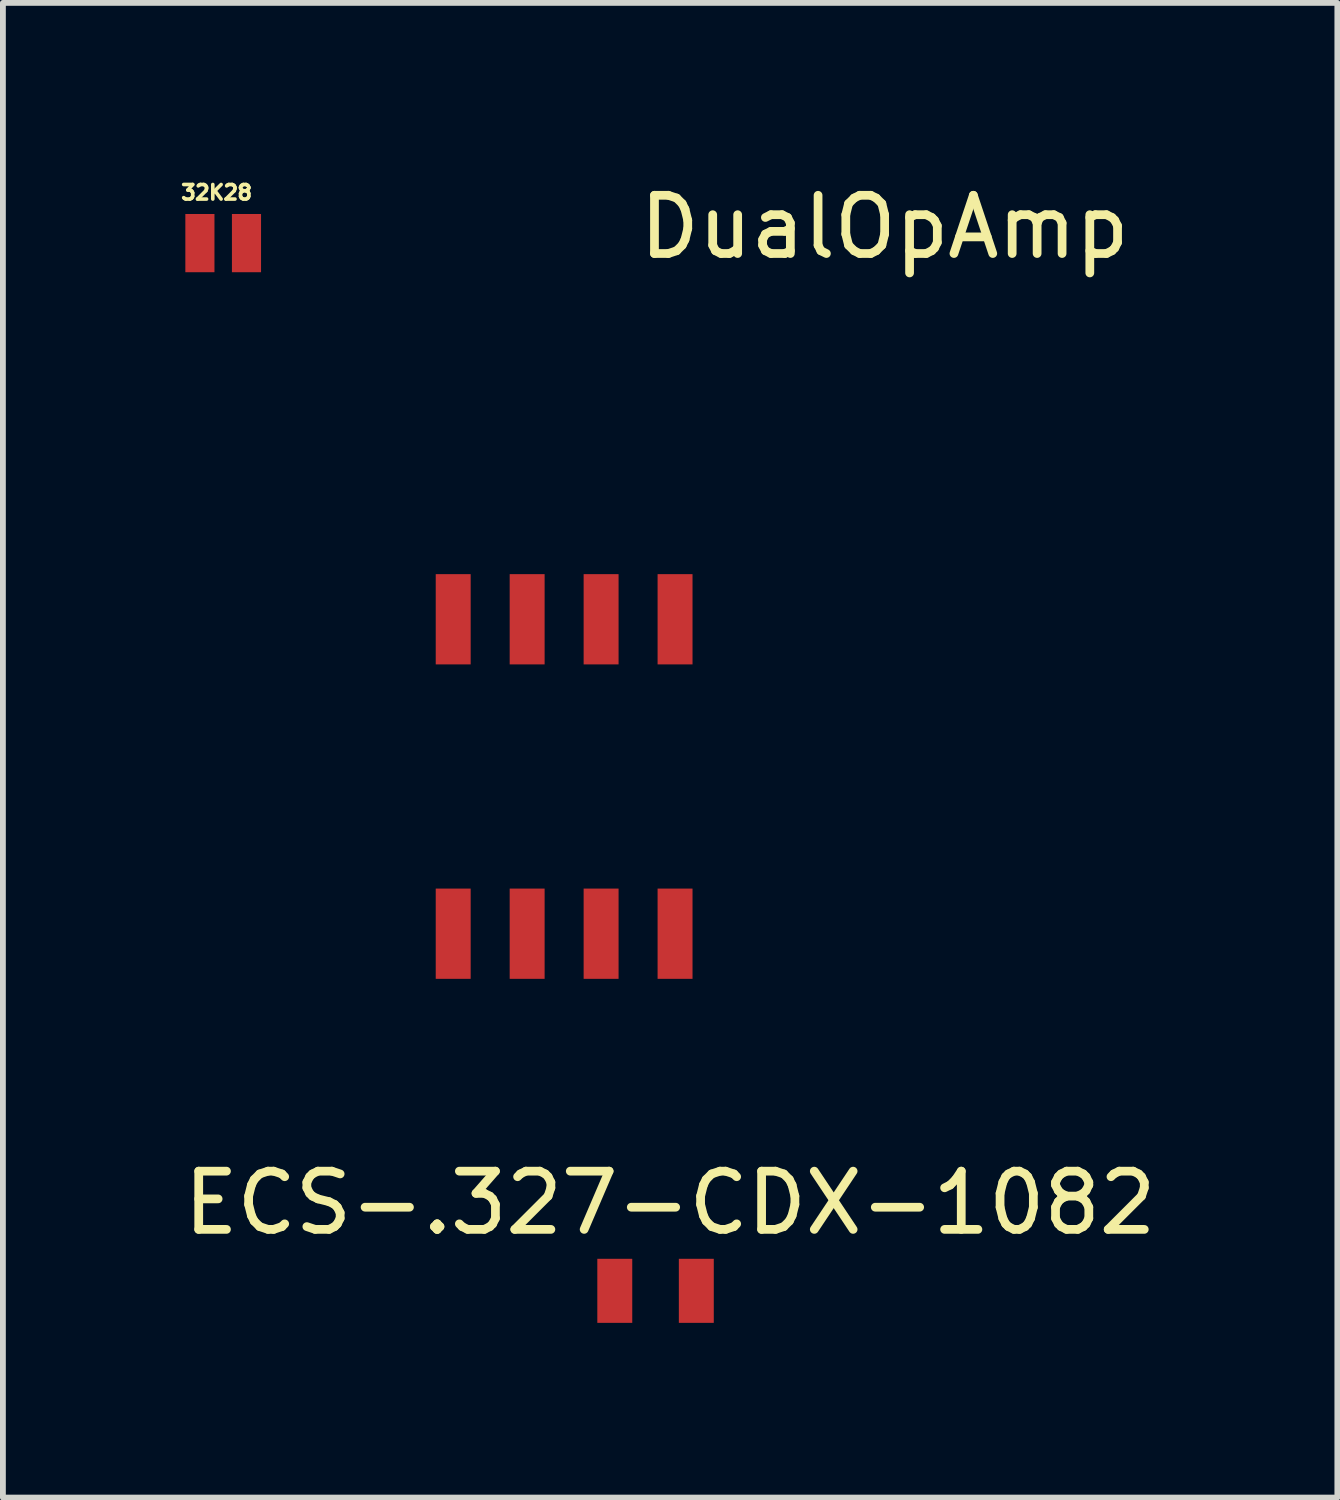
<source format=kicad_pcb>
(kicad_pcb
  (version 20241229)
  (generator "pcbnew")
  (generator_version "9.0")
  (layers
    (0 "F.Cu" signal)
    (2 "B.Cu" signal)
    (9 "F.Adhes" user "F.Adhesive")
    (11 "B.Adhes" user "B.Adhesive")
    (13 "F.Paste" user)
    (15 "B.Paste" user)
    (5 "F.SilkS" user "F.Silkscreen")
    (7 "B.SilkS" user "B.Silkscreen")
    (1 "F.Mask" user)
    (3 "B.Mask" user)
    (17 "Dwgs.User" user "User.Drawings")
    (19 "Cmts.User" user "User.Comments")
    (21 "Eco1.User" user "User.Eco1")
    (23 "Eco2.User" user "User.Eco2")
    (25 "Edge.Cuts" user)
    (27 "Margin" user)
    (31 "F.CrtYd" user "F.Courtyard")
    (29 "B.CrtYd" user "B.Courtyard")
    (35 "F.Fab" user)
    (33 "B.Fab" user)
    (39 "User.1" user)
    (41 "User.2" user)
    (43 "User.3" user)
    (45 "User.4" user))
  (footprint "32K28"
    (layer "F.Cu")
    (at 0.383 1.125)
    (property "Reference" "32K28" (at 0.287 -0.869 0) (layer "F.SilkS") (effects (font (size 0.25 0.25) (thickness 0.062))))
    (attr through_hole)
    (pad "1" smd rect (at 0 0) (size 0.5 1) (layers "F.Cu" "F.Mask" "F.Paste"))
    (pad "2" smd rect (at 0.8 0) (size 0.5 1) (layers "F.Cu" "F.Mask" "F.Paste")))
  (footprint "DualOpAmp"
    (layer "F.Cu")
    (at 4.733 7.585)
    (property "Reference" "DualOpAmp" (at 7.409 -6.736 0) (layer "F.SilkS") (effects (font (size 1 1) (thickness 0.15))))
    (attr through_hole)
    (pad "1" smd rect (at 0 0) (size 0.6 1.55) (layers "F.Cu" "F.Mask" "F.Paste"))
    (pad "2" smd rect (at 1.27 0) (size 0.6 1.55) (layers "F.Cu" "F.Mask" "F.Paste"))
    (pad "3" smd rect (at 2.54 0) (size 0.6 1.55) (layers "F.Cu" "F.Mask" "F.Paste"))
    (pad "4" smd rect (at 3.81 0) (size 0.6 1.55) (layers "F.Cu" "F.Mask" "F.Paste"))
    (pad "5" smd rect (at 2.54 5.4) (size 0.6 1.55) (layers "F.Cu" "F.Mask" "F.Paste"))
    (pad "6" smd rect (at 3.81 5.4) (size 0.6 1.55) (layers "F.Cu" "F.Mask" "F.Paste"))
    (pad "7" smd rect (at 1.27 5.4) (size 0.6 1.55) (layers "F.Cu" "F.Mask" "F.Paste"))
    (pad "8" smd rect (at 0 5.4) (size 0.6 1.55) (layers "F.Cu" "F.Mask" "F.Paste")))
  (footprint "ECS-.327-CDX-1082"
    (layer "F.Cu")
    (at 8.208 19.118)
    (property "Reference" "ECS-.327-CDX-1082" (at 0.25 -1.51 0) (layer "F.SilkS") (effects (font (size 1 1) (thickness 0.15))))
    (attr through_hole)
    (pad "1" smd rect (at -0.7 0) (size 0.6 1.1) (layers "F.Cu" "F.Mask" "F.Paste"))
    (pad "2" smd rect (at 0.7 0) (size 0.6 1.1) (layers "F.Cu" "F.Mask" "F.Paste")))
  (gr_rect
    (start -3 -3)
    (end 19.917 22.668)
    (stroke (width 0.1) (type default))
    (fill no)
    (layer "Edge.Cuts")))
</source>
